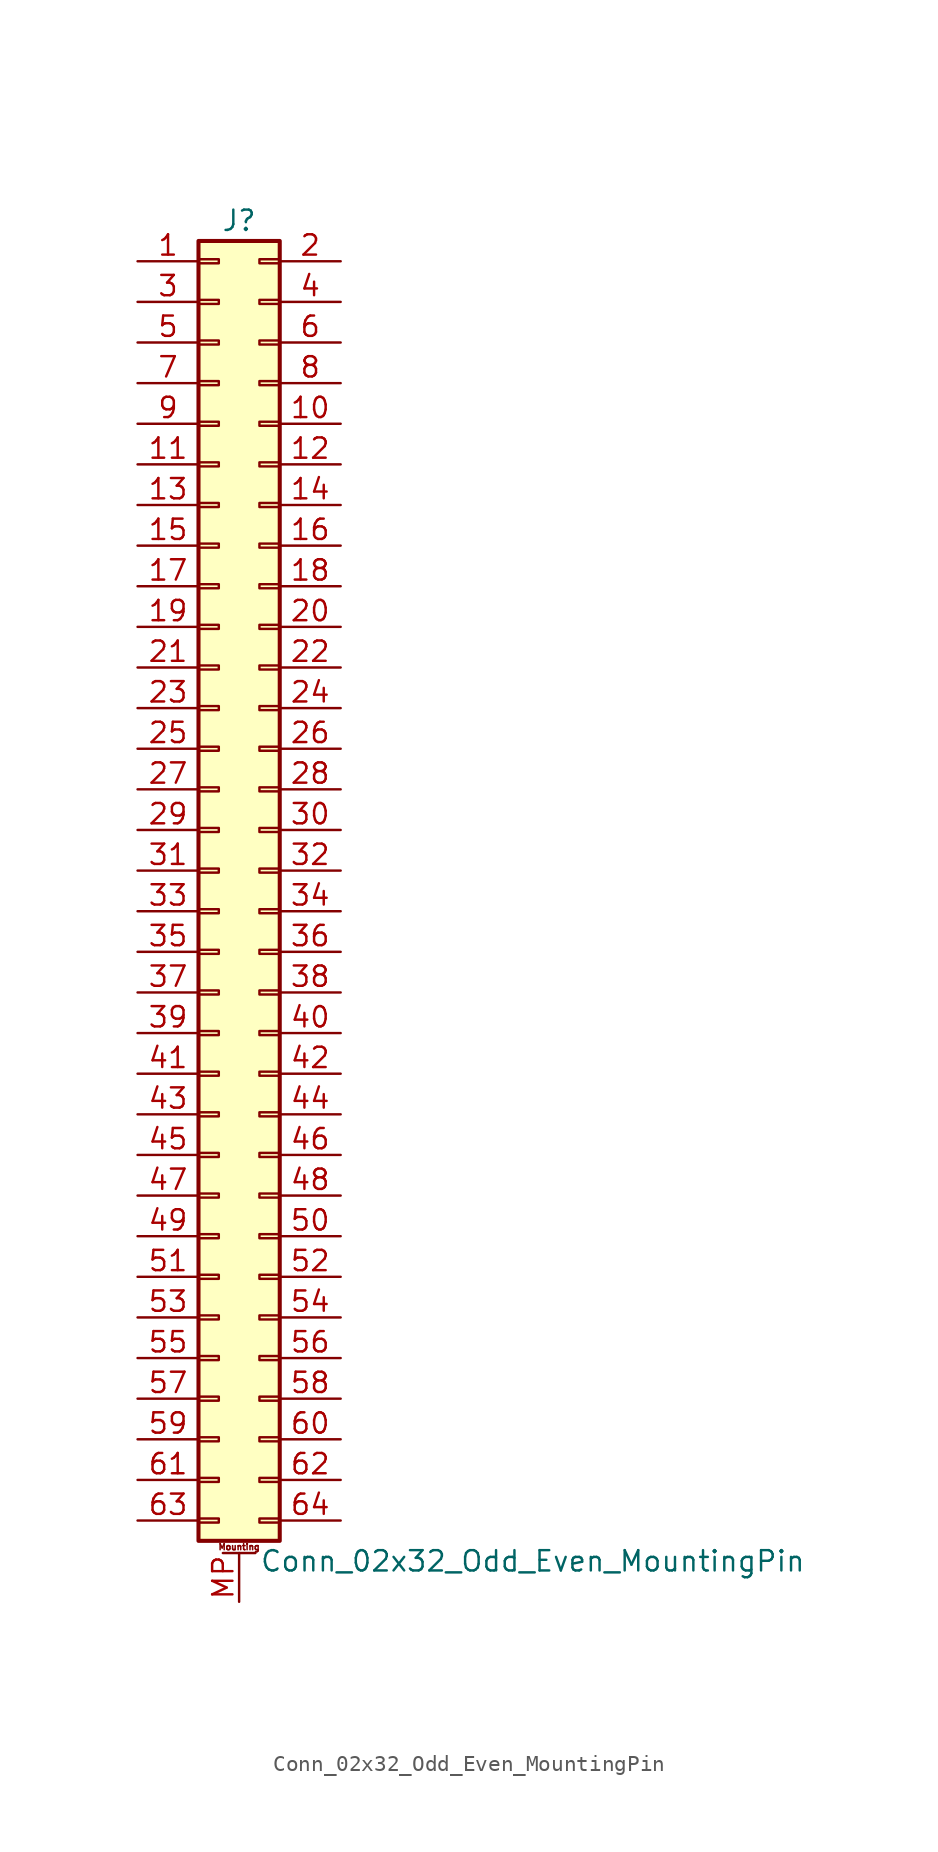
<source format=kicad_sym>
(kicad_symbol_lib
  (version 20211014)
  (generator kicad_symbol_editor)
  (symbol "Conn_02x32_Odd_Even_MountingPin"
    (pin_names
      (offset 1.016) hide)
    (property "Reference" "J"
      (at 1.27 40.64 0)
      (effects (font (size 1.27 1.27))))
    (property "Value" "Conn_02x32_Odd_Even_MountingPin"
      (at 2.54 -43.18 0)
      (effects (font (size 1.27 1.27)) (justify left)))
    (symbol "Conn_02x32_Odd_Even_MountingPin_1_1"
      (rectangle (start -1.27 -40.513) (end 0 -40.767) (stroke (width 0.152) (type default) (color 0 0 0 0)) (fill (type none)))
      (rectangle (start -1.27 -37.973) (end 0 -38.227) (stroke (width 0.152) (type default) (color 0 0 0 0)) (fill (type none)))
      (rectangle (start -1.27 -35.433) (end 0 -35.687) (stroke (width 0.152) (type default) (color 0 0 0 0)) (fill (type none)))
      (rectangle (start -1.27 -32.893) (end 0 -33.147) (stroke (width 0.152) (type default) (color 0 0 0 0)) (fill (type none)))
      (rectangle (start -1.27 -30.353) (end 0 -30.607) (stroke (width 0.152) (type default) (color 0 0 0 0)) (fill (type none)))
      (rectangle (start -1.27 -27.813) (end 0 -28.067) (stroke (width 0.152) (type default) (color 0 0 0 0)) (fill (type none)))
      (rectangle (start -1.27 -25.273) (end 0 -25.527) (stroke (width 0.152) (type default) (color 0 0 0 0)) (fill (type none)))
      (rectangle (start -1.27 -22.733) (end 0 -22.987) (stroke (width 0.152) (type default) (color 0 0 0 0)) (fill (type none)))
      (rectangle (start -1.27 -20.193) (end 0 -20.447) (stroke (width 0.152) (type default) (color 0 0 0 0)) (fill (type none)))
      (rectangle (start -1.27 -17.653) (end 0 -17.907) (stroke (width 0.152) (type default) (color 0 0 0 0)) (fill (type none)))
      (rectangle (start -1.27 -15.113) (end 0 -15.367) (stroke (width 0.152) (type default) (color 0 0 0 0)) (fill (type none)))
      (rectangle (start -1.27 -12.573) (end 0 -12.827) (stroke (width 0.152) (type default) (color 0 0 0 0)) (fill (type none)))
      (rectangle (start -1.27 -10.033) (end 0 -10.287) (stroke (width 0.152) (type default) (color 0 0 0 0)) (fill (type none)))
      (rectangle (start -1.27 -7.493) (end 0 -7.747) (stroke (width 0.152) (type default) (color 0 0 0 0)) (fill (type none)))
      (rectangle (start -1.27 -4.953) (end 0 -5.207) (stroke (width 0.152) (type default) (color 0 0 0 0)) (fill (type none)))
      (rectangle (start -1.27 -2.413) (end 0 -2.667) (stroke (width 0.152) (type default) (color 0 0 0 0)) (fill (type none)))
      (rectangle (start -1.27 0.127) (end 0 -0.127) (stroke (width 0.152) (type default) (color 0 0 0 0)) (fill (type none)))
      (rectangle (start -1.27 2.667) (end 0 2.413) (stroke (width 0.152) (type default) (color 0 0 0 0)) (fill (type none)))
      (rectangle (start -1.27 5.207) (end 0 4.953) (stroke (width 0.152) (type default) (color 0 0 0 0)) (fill (type none)))
      (rectangle (start -1.27 7.747) (end 0 7.493) (stroke (width 0.152) (type default) (color 0 0 0 0)) (fill (type none)))
      (rectangle (start -1.27 10.287) (end 0 10.033) (stroke (width 0.152) (type default) (color 0 0 0 0)) (fill (type none)))
      (rectangle (start -1.27 12.827) (end 0 12.573) (stroke (width 0.152) (type default) (color 0 0 0 0)) (fill (type none)))
      (rectangle (start -1.27 15.367) (end 0 15.113) (stroke (width 0.152) (type default) (color 0 0 0 0)) (fill (type none)))
      (rectangle (start -1.27 17.907) (end 0 17.653) (stroke (width 0.152) (type default) (color 0 0 0 0)) (fill (type none)))
      (rectangle (start -1.27 20.447) (end 0 20.193) (stroke (width 0.152) (type default) (color 0 0 0 0)) (fill (type none)))
      (rectangle (start -1.27 22.987) (end 0 22.733) (stroke (width 0.152) (type default) (color 0 0 0 0)) (fill (type none)))
      (rectangle (start -1.27 25.527) (end 0 25.273) (stroke (width 0.152) (type default) (color 0 0 0 0)) (fill (type none)))
      (rectangle (start -1.27 28.067) (end 0 27.813) (stroke (width 0.152) (type default) (color 0 0 0 0)) (fill (type none)))
      (rectangle (start -1.27 30.607) (end 0 30.353) (stroke (width 0.152) (type default) (color 0 0 0 0)) (fill (type none)))
      (rectangle (start -1.27 33.147) (end 0 32.893) (stroke (width 0.152) (type default) (color 0 0 0 0)) (fill (type none)))
      (rectangle (start -1.27 35.687) (end 0 35.433) (stroke (width 0.152) (type default) (color 0 0 0 0)) (fill (type none)))
      (rectangle (start -1.27 38.227) (end 0 37.973) (stroke (width 0.152) (type default) (color 0 0 0 0)) (fill (type none)))
      (rectangle (start -1.27 39.37) (end 3.81 -41.91) (stroke (width 0.254) (type default) (color 0 0 0 0)) (fill (type background)))
      (polyline (pts (xy 0.254 -42.672) (xy 2.286 -42.672)) (stroke (width 0.152) (type default) (color 0 0 0 0)) (fill (type none)))
      (rectangle (start 3.81 -40.513) (end 2.54 -40.767) (stroke (width 0.152) (type default) (color 0 0 0 0)) (fill (type none)))
      (rectangle (start 3.81 -37.973) (end 2.54 -38.227) (stroke (width 0.152) (type default) (color 0 0 0 0)) (fill (type none)))
      (rectangle (start 3.81 -35.433) (end 2.54 -35.687) (stroke (width 0.152) (type default) (color 0 0 0 0)) (fill (type none)))
      (rectangle (start 3.81 -32.893) (end 2.54 -33.147) (stroke (width 0.152) (type default) (color 0 0 0 0)) (fill (type none)))
      (rectangle (start 3.81 -30.353) (end 2.54 -30.607) (stroke (width 0.152) (type default) (color 0 0 0 0)) (fill (type none)))
      (rectangle (start 3.81 -27.813) (end 2.54 -28.067) (stroke (width 0.152) (type default) (color 0 0 0 0)) (fill (type none)))
      (rectangle (start 3.81 -25.273) (end 2.54 -25.527) (stroke (width 0.152) (type default) (color 0 0 0 0)) (fill (type none)))
      (rectangle (start 3.81 -22.733) (end 2.54 -22.987) (stroke (width 0.152) (type default) (color 0 0 0 0)) (fill (type none)))
      (rectangle (start 3.81 -20.193) (end 2.54 -20.447) (stroke (width 0.152) (type default) (color 0 0 0 0)) (fill (type none)))
      (rectangle (start 3.81 -17.653) (end 2.54 -17.907) (stroke (width 0.152) (type default) (color 0 0 0 0)) (fill (type none)))
      (rectangle (start 3.81 -15.113) (end 2.54 -15.367) (stroke (width 0.152) (type default) (color 0 0 0 0)) (fill (type none)))
      (rectangle (start 3.81 -12.573) (end 2.54 -12.827) (stroke (width 0.152) (type default) (color 0 0 0 0)) (fill (type none)))
      (rectangle (start 3.81 -10.033) (end 2.54 -10.287) (stroke (width 0.152) (type default) (color 0 0 0 0)) (fill (type none)))
      (rectangle (start 3.81 -7.493) (end 2.54 -7.747) (stroke (width 0.152) (type default) (color 0 0 0 0)) (fill (type none)))
      (rectangle (start 3.81 -4.953) (end 2.54 -5.207) (stroke (width 0.152) (type default) (color 0 0 0 0)) (fill (type none)))
      (rectangle (start 3.81 -2.413) (end 2.54 -2.667) (stroke (width 0.152) (type default) (color 0 0 0 0)) (fill (type none)))
      (rectangle (start 3.81 0.127) (end 2.54 -0.127) (stroke (width 0.152) (type default) (color 0 0 0 0)) (fill (type none)))
      (rectangle (start 3.81 2.667) (end 2.54 2.413) (stroke (width 0.152) (type default) (color 0 0 0 0)) (fill (type none)))
      (rectangle (start 3.81 5.207) (end 2.54 4.953) (stroke (width 0.152) (type default) (color 0 0 0 0)) (fill (type none)))
      (rectangle (start 3.81 7.747) (end 2.54 7.493) (stroke (width 0.152) (type default) (color 0 0 0 0)) (fill (type none)))
      (rectangle (start 3.81 10.287) (end 2.54 10.033) (stroke (width 0.152) (type default) (color 0 0 0 0)) (fill (type none)))
      (rectangle (start 3.81 12.827) (end 2.54 12.573) (stroke (width 0.152) (type default) (color 0 0 0 0)) (fill (type none)))
      (rectangle (start 3.81 15.367) (end 2.54 15.113) (stroke (width 0.152) (type default) (color 0 0 0 0)) (fill (type none)))
      (rectangle (start 3.81 17.907) (end 2.54 17.653) (stroke (width 0.152) (type default) (color 0 0 0 0)) (fill (type none)))
      (rectangle (start 3.81 20.447) (end 2.54 20.193) (stroke (width 0.152) (type default) (color 0 0 0 0)) (fill (type none)))
      (rectangle (start 3.81 22.987) (end 2.54 22.733) (stroke (width 0.152) (type default) (color 0 0 0 0)) (fill (type none)))
      (rectangle (start 3.81 25.527) (end 2.54 25.273) (stroke (width 0.152) (type default) (color 0 0 0 0)) (fill (type none)))
      (rectangle (start 3.81 28.067) (end 2.54 27.813) (stroke (width 0.152) (type default) (color 0 0 0 0)) (fill (type none)))
      (rectangle (start 3.81 30.607) (end 2.54 30.353) (stroke (width 0.152) (type default) (color 0 0 0 0)) (fill (type none)))
      (rectangle (start 3.81 33.147) (end 2.54 32.893) (stroke (width 0.152) (type default) (color 0 0 0 0)) (fill (type none)))
      (rectangle (start 3.81 35.687) (end 2.54 35.433) (stroke (width 0.152) (type default) (color 0 0 0 0)) (fill (type none)))
      (rectangle (start 3.81 38.227) (end 2.54 37.973) (stroke (width 0.152) (type default) (color 0 0 0 0)) (fill (type none)))
      (text "Mounting" (at 1.27 -42.291 0) (effects (font (size 0.381 0.381))))
      (pin passive line (at -5.08 38.1 0) (length 3.81) (name "Pin_1" (effects (font (size 1.27 1.27)))) (number "1" (effects (font (size 1.27 1.27)))))
      (pin passive line (at 7.62 27.94 180) (length 3.81) (name "Pin_10" (effects (font (size 1.27 1.27)))) (number "10" (effects (font (size 1.27 1.27)))))
      (pin passive line (at -5.08 25.4 0) (length 3.81) (name "Pin_11" (effects (font (size 1.27 1.27)))) (number "11" (effects (font (size 1.27 1.27)))))
      (pin passive line (at 7.62 25.4 180) (length 3.81) (name "Pin_12" (effects (font (size 1.27 1.27)))) (number "12" (effects (font (size 1.27 1.27)))))
      (pin passive line (at -5.08 22.86 0) (length 3.81) (name "Pin_13" (effects (font (size 1.27 1.27)))) (number "13" (effects (font (size 1.27 1.27)))))
      (pin passive line (at 7.62 22.86 180) (length 3.81) (name "Pin_14" (effects (font (size 1.27 1.27)))) (number "14" (effects (font (size 1.27 1.27)))))
      (pin passive line (at -5.08 20.32 0) (length 3.81) (name "Pin_15" (effects (font (size 1.27 1.27)))) (number "15" (effects (font (size 1.27 1.27)))))
      (pin passive line (at 7.62 20.32 180) (length 3.81) (name "Pin_16" (effects (font (size 1.27 1.27)))) (number "16" (effects (font (size 1.27 1.27)))))
      (pin passive line (at -5.08 17.78 0) (length 3.81) (name "Pin_17" (effects (font (size 1.27 1.27)))) (number "17" (effects (font (size 1.27 1.27)))))
      (pin passive line (at 7.62 17.78 180) (length 3.81) (name "Pin_18" (effects (font (size 1.27 1.27)))) (number "18" (effects (font (size 1.27 1.27)))))
      (pin passive line (at -5.08 15.24 0) (length 3.81) (name "Pin_19" (effects (font (size 1.27 1.27)))) (number "19" (effects (font (size 1.27 1.27)))))
      (pin passive line (at 7.62 38.1 180) (length 3.81) (name "Pin_2" (effects (font (size 1.27 1.27)))) (number "2" (effects (font (size 1.27 1.27)))))
      (pin passive line (at 7.62 15.24 180) (length 3.81) (name "Pin_20" (effects (font (size 1.27 1.27)))) (number "20" (effects (font (size 1.27 1.27)))))
      (pin passive line (at -5.08 12.7 0) (length 3.81) (name "Pin_21" (effects (font (size 1.27 1.27)))) (number "21" (effects (font (size 1.27 1.27)))))
      (pin passive line (at 7.62 12.7 180) (length 3.81) (name "Pin_22" (effects (font (size 1.27 1.27)))) (number "22" (effects (font (size 1.27 1.27)))))
      (pin passive line (at -5.08 10.16 0) (length 3.81) (name "Pin_23" (effects (font (size 1.27 1.27)))) (number "23" (effects (font (size 1.27 1.27)))))
      (pin passive line (at 7.62 10.16 180) (length 3.81) (name "Pin_24" (effects (font (size 1.27 1.27)))) (number "24" (effects (font (size 1.27 1.27)))))
      (pin passive line (at -5.08 7.62 0) (length 3.81) (name "Pin_25" (effects (font (size 1.27 1.27)))) (number "25" (effects (font (size 1.27 1.27)))))
      (pin passive line (at 7.62 7.62 180) (length 3.81) (name "Pin_26" (effects (font (size 1.27 1.27)))) (number "26" (effects (font (size 1.27 1.27)))))
      (pin passive line (at -5.08 5.08 0) (length 3.81) (name "Pin_27" (effects (font (size 1.27 1.27)))) (number "27" (effects (font (size 1.27 1.27)))))
      (pin passive line (at 7.62 5.08 180) (length 3.81) (name "Pin_28" (effects (font (size 1.27 1.27)))) (number "28" (effects (font (size 1.27 1.27)))))
      (pin passive line (at -5.08 2.54 0) (length 3.81) (name "Pin_29" (effects (font (size 1.27 1.27)))) (number "29" (effects (font (size 1.27 1.27)))))
      (pin passive line (at -5.08 35.56 0) (length 3.81) (name "Pin_3" (effects (font (size 1.27 1.27)))) (number "3" (effects (font (size 1.27 1.27)))))
      (pin passive line (at 7.62 2.54 180) (length 3.81) (name "Pin_30" (effects (font (size 1.27 1.27)))) (number "30" (effects (font (size 1.27 1.27)))))
      (pin passive line (at -5.08 0 0) (length 3.81) (name "Pin_31" (effects (font (size 1.27 1.27)))) (number "31" (effects (font (size 1.27 1.27)))))
      (pin passive line (at 7.62 0 180) (length 3.81) (name "Pin_32" (effects (font (size 1.27 1.27)))) (number "32" (effects (font (size 1.27 1.27)))))
      (pin passive line (at -5.08 -2.54 0) (length 3.81) (name "Pin_33" (effects (font (size 1.27 1.27)))) (number "33" (effects (font (size 1.27 1.27)))))
      (pin passive line (at 7.62 -2.54 180) (length 3.81) (name "Pin_34" (effects (font (size 1.27 1.27)))) (number "34" (effects (font (size 1.27 1.27)))))
      (pin passive line (at -5.08 -5.08 0) (length 3.81) (name "Pin_35" (effects (font (size 1.27 1.27)))) (number "35" (effects (font (size 1.27 1.27)))))
      (pin passive line (at 7.62 -5.08 180) (length 3.81) (name "Pin_36" (effects (font (size 1.27 1.27)))) (number "36" (effects (font (size 1.27 1.27)))))
      (pin passive line (at -5.08 -7.62 0) (length 3.81) (name "Pin_37" (effects (font (size 1.27 1.27)))) (number "37" (effects (font (size 1.27 1.27)))))
      (pin passive line (at 7.62 -7.62 180) (length 3.81) (name "Pin_38" (effects (font (size 1.27 1.27)))) (number "38" (effects (font (size 1.27 1.27)))))
      (pin passive line (at -5.08 -10.16 0) (length 3.81) (name "Pin_39" (effects (font (size 1.27 1.27)))) (number "39" (effects (font (size 1.27 1.27)))))
      (pin passive line (at 7.62 35.56 180) (length 3.81) (name "Pin_4" (effects (font (size 1.27 1.27)))) (number "4" (effects (font (size 1.27 1.27)))))
      (pin passive line (at 7.62 -10.16 180) (length 3.81) (name "Pin_40" (effects (font (size 1.27 1.27)))) (number "40" (effects (font (size 1.27 1.27)))))
      (pin passive line (at -5.08 -12.7 0) (length 3.81) (name "Pin_41" (effects (font (size 1.27 1.27)))) (number "41" (effects (font (size 1.27 1.27)))))
      (pin passive line (at 7.62 -12.7 180) (length 3.81) (name "Pin_42" (effects (font (size 1.27 1.27)))) (number "42" (effects (font (size 1.27 1.27)))))
      (pin passive line (at -5.08 -15.24 0) (length 3.81) (name "Pin_43" (effects (font (size 1.27 1.27)))) (number "43" (effects (font (size 1.27 1.27)))))
      (pin passive line (at 7.62 -15.24 180) (length 3.81) (name "Pin_44" (effects (font (size 1.27 1.27)))) (number "44" (effects (font (size 1.27 1.27)))))
      (pin passive line (at -5.08 -17.78 0) (length 3.81) (name "Pin_45" (effects (font (size 1.27 1.27)))) (number "45" (effects (font (size 1.27 1.27)))))
      (pin passive line (at 7.62 -17.78 180) (length 3.81) (name "Pin_46" (effects (font (size 1.27 1.27)))) (number "46" (effects (font (size 1.27 1.27)))))
      (pin passive line (at -5.08 -20.32 0) (length 3.81) (name "Pin_47" (effects (font (size 1.27 1.27)))) (number "47" (effects (font (size 1.27 1.27)))))
      (pin passive line (at 7.62 -20.32 180) (length 3.81) (name "Pin_48" (effects (font (size 1.27 1.27)))) (number "48" (effects (font (size 1.27 1.27)))))
      (pin passive line (at -5.08 -22.86 0) (length 3.81) (name "Pin_49" (effects (font (size 1.27 1.27)))) (number "49" (effects (font (size 1.27 1.27)))))
      (pin passive line (at -5.08 33.02 0) (length 3.81) (name "Pin_5" (effects (font (size 1.27 1.27)))) (number "5" (effects (font (size 1.27 1.27)))))
      (pin passive line (at 7.62 -22.86 180) (length 3.81) (name "Pin_50" (effects (font (size 1.27 1.27)))) (number "50" (effects (font (size 1.27 1.27)))))
      (pin passive line (at -5.08 -25.4 0) (length 3.81) (name "Pin_51" (effects (font (size 1.27 1.27)))) (number "51" (effects (font (size 1.27 1.27)))))
      (pin passive line (at 7.62 -25.4 180) (length 3.81) (name "Pin_52" (effects (font (size 1.27 1.27)))) (number "52" (effects (font (size 1.27 1.27)))))
      (pin passive line (at -5.08 -27.94 0) (length 3.81) (name "Pin_53" (effects (font (size 1.27 1.27)))) (number "53" (effects (font (size 1.27 1.27)))))
      (pin passive line (at 7.62 -27.94 180) (length 3.81) (name "Pin_54" (effects (font (size 1.27 1.27)))) (number "54" (effects (font (size 1.27 1.27)))))
      (pin passive line (at -5.08 -30.48 0) (length 3.81) (name "Pin_55" (effects (font (size 1.27 1.27)))) (number "55" (effects (font (size 1.27 1.27)))))
      (pin passive line (at 7.62 -30.48 180) (length 3.81) (name "Pin_56" (effects (font (size 1.27 1.27)))) (number "56" (effects (font (size 1.27 1.27)))))
      (pin passive line (at -5.08 -33.02 0) (length 3.81) (name "Pin_57" (effects (font (size 1.27 1.27)))) (number "57" (effects (font (size 1.27 1.27)))))
      (pin passive line (at 7.62 -33.02 180) (length 3.81) (name "Pin_58" (effects (font (size 1.27 1.27)))) (number "58" (effects (font (size 1.27 1.27)))))
      (pin passive line (at -5.08 -35.56 0) (length 3.81) (name "Pin_59" (effects (font (size 1.27 1.27)))) (number "59" (effects (font (size 1.27 1.27)))))
      (pin passive line (at 7.62 33.02 180) (length 3.81) (name "Pin_6" (effects (font (size 1.27 1.27)))) (number "6" (effects (font (size 1.27 1.27)))))
      (pin passive line (at 7.62 -35.56 180) (length 3.81) (name "Pin_60" (effects (font (size 1.27 1.27)))) (number "60" (effects (font (size 1.27 1.27)))))
      (pin passive line (at -5.08 -38.1 0) (length 3.81) (name "Pin_61" (effects (font (size 1.27 1.27)))) (number "61" (effects (font (size 1.27 1.27)))))
      (pin passive line (at 7.62 -38.1 180) (length 3.81) (name "Pin_62" (effects (font (size 1.27 1.27)))) (number "62" (effects (font (size 1.27 1.27)))))
      (pin passive line (at -5.08 -40.64 0) (length 3.81) (name "Pin_63" (effects (font (size 1.27 1.27)))) (number "63" (effects (font (size 1.27 1.27)))))
      (pin passive line (at 7.62 -40.64 180) (length 3.81) (name "Pin_64" (effects (font (size 1.27 1.27)))) (number "64" (effects (font (size 1.27 1.27)))))
      (pin passive line (at -5.08 30.48 0) (length 3.81) (name "Pin_7" (effects (font (size 1.27 1.27)))) (number "7" (effects (font (size 1.27 1.27)))))
      (pin passive line (at 7.62 30.48 180) (length 3.81) (name "Pin_8" (effects (font (size 1.27 1.27)))) (number "8" (effects (font (size 1.27 1.27)))))
      (pin passive line (at -5.08 27.94 0) (length 3.81) (name "Pin_9" (effects (font (size 1.27 1.27)))) (number "9" (effects (font (size 1.27 1.27)))))
      (pin passive line (at 1.27 -45.72 90) (length 3.048) (name "MountPin" (effects (font (size 1.27 1.27)))) (number "MP" (effects (font (size 1.27 1.27))))))))
</source>
